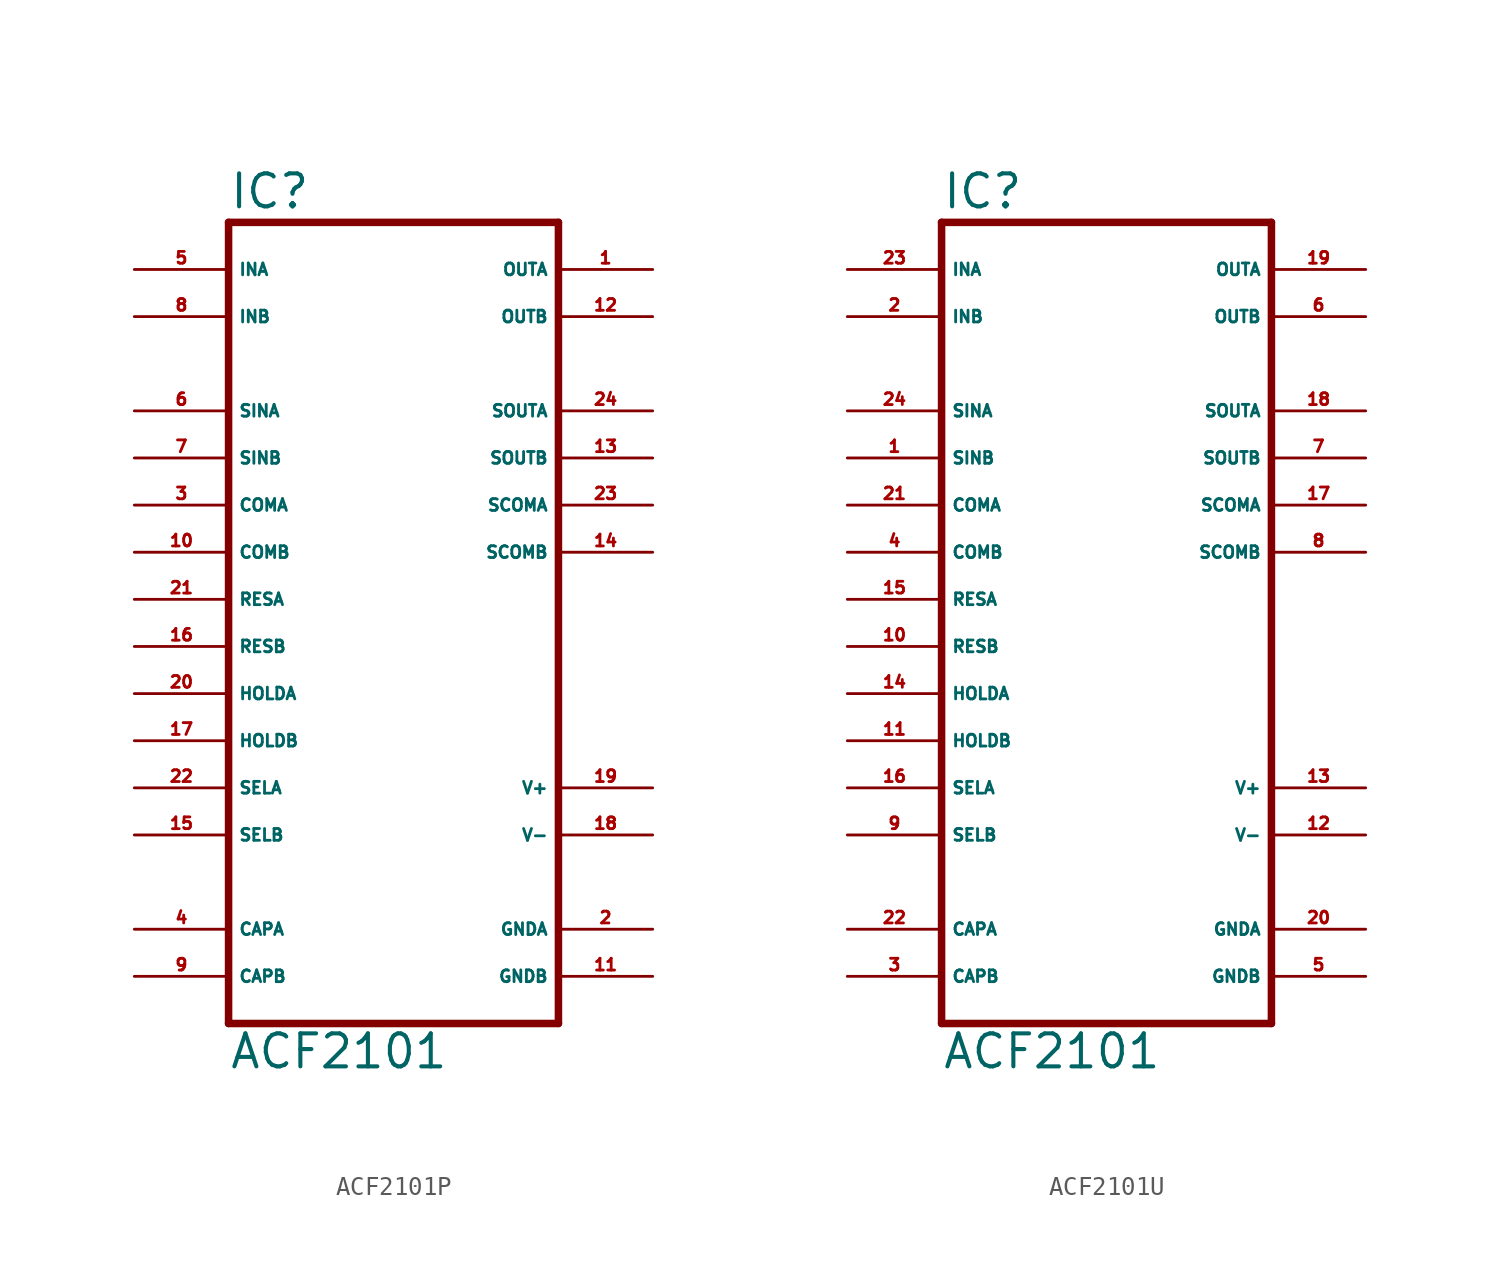
<source format=kicad_sym>
(kicad_symbol_lib
  (version 20220914)
  (generator Eagle2Kicad)
  (symbol "ACF2101P"
    (property "Reference" "IC"
      (at -10.16 23.495 0)
      (effects (font (size 1.778 1.778) (thickness 0.22)) (justify left bottom)))
    (property "Value" "ACF2101"
      (at -10.16 -22.86 0)
      (effects (font (size 1.778 1.778) (thickness 0.22)) (justify left bottom)))
    (polyline
      (pts (xy -10.16 -20.32) (xy 7.62 -20.32))
      (stroke (width 0.406) (type default))
      (fill (type none)))
    (polyline
      (pts (xy 7.62 -20.32) (xy 7.62 22.86))
      (stroke (width 0.406) (type default))
      (fill (type none)))
    (polyline
      (pts (xy 7.62 22.86) (xy -10.16 22.86))
      (stroke (width 0.406) (type default))
      (fill (type none)))
    (polyline
      (pts (xy -10.16 22.86) (xy -10.16 -20.32))
      (stroke (width 0.406) (type default))
      (fill (type none)))
    (pin input line
      (at -15.24 20.32 0)
      (length 5.08)
      (name "INA" (effects (font (size 0.635 0.635) (thickness 0.08)) (justify left bottom)))
      (number "5" (effects (font (size 0.635 0.635) (thickness 0.08)) (justify left bottom))))
    (pin input line
      (at -15.24 17.78 0)
      (length 5.08)
      (name "INB" (effects (font (size 0.635 0.635) (thickness 0.08)) (justify left bottom)))
      (number "8" (effects (font (size 0.635 0.635) (thickness 0.08)) (justify left bottom))))
    (pin output line
      (at 12.7 20.32 180)
      (length 5.08)
      (name "OUTA" (effects (font (size 0.635 0.635) (thickness 0.08)) (justify left bottom)))
      (number "1" (effects (font (size 0.635 0.635) (thickness 0.08)) (justify left bottom))))
    (pin output line
      (at 12.7 17.78 180)
      (length 5.08)
      (name "OUTB" (effects (font (size 0.635 0.635) (thickness 0.08)) (justify left bottom)))
      (number "12" (effects (font (size 0.635 0.635) (thickness 0.08)) (justify left bottom))))
    (pin input line
      (at -15.24 2.54 0)
      (length 5.08)
      (name "RESA" (effects (font (size 0.635 0.635) (thickness 0.08)) (justify left bottom)))
      (number "21" (effects (font (size 0.635 0.635) (thickness 0.08)) (justify left bottom))))
    (pin input line
      (at -15.24 0 0)
      (length 5.08)
      (name "RESB" (effects (font (size 0.635 0.635) (thickness 0.08)) (justify left bottom)))
      (number "16" (effects (font (size 0.635 0.635) (thickness 0.08)) (justify left bottom))))
    (pin input line
      (at -15.24 -2.54 0)
      (length 5.08)
      (name "HOLDA" (effects (font (size 0.635 0.635) (thickness 0.08)) (justify left bottom)))
      (number "20" (effects (font (size 0.635 0.635) (thickness 0.08)) (justify left bottom))))
    (pin input line
      (at -15.24 -5.08 0)
      (length 5.08)
      (name "HOLDB" (effects (font (size 0.635 0.635) (thickness 0.08)) (justify left bottom)))
      (number "17" (effects (font (size 0.635 0.635) (thickness 0.08)) (justify left bottom))))
    (pin input line
      (at -15.24 -7.62 0)
      (length 5.08)
      (name "SELA" (effects (font (size 0.635 0.635) (thickness 0.08)) (justify left bottom)))
      (number "22" (effects (font (size 0.635 0.635) (thickness 0.08)) (justify left bottom))))
    (pin input line
      (at -15.24 -10.16 0)
      (length 5.08)
      (name "SELB" (effects (font (size 0.635 0.635) (thickness 0.08)) (justify left bottom)))
      (number "15" (effects (font (size 0.635 0.635) (thickness 0.08)) (justify left bottom))))
    (pin unspecified line
      (at 12.7 -15.24 180)
      (length 5.08)
      (name "GNDA" (effects (font (size 0.635 0.635) (thickness 0.08)) (justify left bottom)))
      (number "2" (effects (font (size 0.635 0.635) (thickness 0.08)) (justify left bottom))))
    (pin unspecified line
      (at 12.7 -10.16 180)
      (length 5.08)
      (name "V-" (effects (font (size 0.635 0.635) (thickness 0.08)) (justify left bottom)))
      (number "18" (effects (font (size 0.635 0.635) (thickness 0.08)) (justify left bottom))))
    (pin unspecified line
      (at 12.7 -7.62 180)
      (length 5.08)
      (name "V+" (effects (font (size 0.635 0.635) (thickness 0.08)) (justify left bottom)))
      (number "19" (effects (font (size 0.635 0.635) (thickness 0.08)) (justify left bottom))))
    (pin input line
      (at -15.24 7.62 0)
      (length 5.08)
      (name "COMA" (effects (font (size 0.635 0.635) (thickness 0.08)) (justify left bottom)))
      (number "3" (effects (font (size 0.635 0.635) (thickness 0.08)) (justify left bottom))))
    (pin input line
      (at -15.24 5.08 0)
      (length 5.08)
      (name "COMB" (effects (font (size 0.635 0.635) (thickness 0.08)) (justify left bottom)))
      (number "10" (effects (font (size 0.635 0.635) (thickness 0.08)) (justify left bottom))))
    (pin output line
      (at 12.7 7.62 180)
      (length 5.08)
      (name "SCOMA" (effects (font (size 0.635 0.635) (thickness 0.08)) (justify left bottom)))
      (number "23" (effects (font (size 0.635 0.635) (thickness 0.08)) (justify left bottom))))
    (pin output line
      (at 12.7 5.08 180)
      (length 5.08)
      (name "SCOMB" (effects (font (size 0.635 0.635) (thickness 0.08)) (justify left bottom)))
      (number "14" (effects (font (size 0.635 0.635) (thickness 0.08)) (justify left bottom))))
    (pin passive line
      (at -15.24 -15.24 0)
      (length 5.08)
      (name "CAPA" (effects (font (size 0.635 0.635) (thickness 0.08)) (justify left bottom)))
      (number "4" (effects (font (size 0.635 0.635) (thickness 0.08)) (justify left bottom))))
    (pin passive line
      (at -15.24 -17.78 0)
      (length 5.08)
      (name "CAPB" (effects (font (size 0.635 0.635) (thickness 0.08)) (justify left bottom)))
      (number "9" (effects (font (size 0.635 0.635) (thickness 0.08)) (justify left bottom))))
    (pin input line
      (at -15.24 12.7 0)
      (length 5.08)
      (name "SINA" (effects (font (size 0.635 0.635) (thickness 0.08)) (justify left bottom)))
      (number "6" (effects (font (size 0.635 0.635) (thickness 0.08)) (justify left bottom))))
    (pin input line
      (at -15.24 10.16 0)
      (length 5.08)
      (name "SINB" (effects (font (size 0.635 0.635) (thickness 0.08)) (justify left bottom)))
      (number "7" (effects (font (size 0.635 0.635) (thickness 0.08)) (justify left bottom))))
    (pin output line
      (at 12.7 12.7 180)
      (length 5.08)
      (name "SOUTA" (effects (font (size 0.635 0.635) (thickness 0.08)) (justify left bottom)))
      (number "24" (effects (font (size 0.635 0.635) (thickness 0.08)) (justify left bottom))))
    (pin output line
      (at 12.7 10.16 180)
      (length 5.08)
      (name "SOUTB" (effects (font (size 0.635 0.635) (thickness 0.08)) (justify left bottom)))
      (number "13" (effects (font (size 0.635 0.635) (thickness 0.08)) (justify left bottom))))
    (pin unspecified line
      (at 12.7 -17.78 180)
      (length 5.08)
      (name "GNDB" (effects (font (size 0.635 0.635) (thickness 0.08)) (justify left bottom)))
      (number "11" (effects (font (size 0.635 0.635) (thickness 0.08)) (justify left bottom)))))
  (symbol "ACF2101U"
    (property "Reference" "IC"
      (at -10.16 23.495 0)
      (effects (font (size 1.778 1.778) (thickness 0.22)) (justify left bottom)))
    (property "Value" "ACF2101"
      (at -10.16 -22.86 0)
      (effects (font (size 1.778 1.778) (thickness 0.22)) (justify left bottom)))
    (polyline
      (pts (xy -10.16 -20.32) (xy 7.62 -20.32))
      (stroke (width 0.406) (type default))
      (fill (type none)))
    (polyline
      (pts (xy 7.62 -20.32) (xy 7.62 22.86))
      (stroke (width 0.406) (type default))
      (fill (type none)))
    (polyline
      (pts (xy 7.62 22.86) (xy -10.16 22.86))
      (stroke (width 0.406) (type default))
      (fill (type none)))
    (polyline
      (pts (xy -10.16 22.86) (xy -10.16 -20.32))
      (stroke (width 0.406) (type default))
      (fill (type none)))
    (pin input line
      (at -15.24 20.32 0)
      (length 5.08)
      (name "INA" (effects (font (size 0.635 0.635) (thickness 0.08)) (justify left bottom)))
      (number "23" (effects (font (size 0.635 0.635) (thickness 0.08)) (justify left bottom))))
    (pin input line
      (at -15.24 17.78 0)
      (length 5.08)
      (name "INB" (effects (font (size 0.635 0.635) (thickness 0.08)) (justify left bottom)))
      (number "2" (effects (font (size 0.635 0.635) (thickness 0.08)) (justify left bottom))))
    (pin output line
      (at 12.7 20.32 180)
      (length 5.08)
      (name "OUTA" (effects (font (size 0.635 0.635) (thickness 0.08)) (justify left bottom)))
      (number "19" (effects (font (size 0.635 0.635) (thickness 0.08)) (justify left bottom))))
    (pin output line
      (at 12.7 17.78 180)
      (length 5.08)
      (name "OUTB" (effects (font (size 0.635 0.635) (thickness 0.08)) (justify left bottom)))
      (number "6" (effects (font (size 0.635 0.635) (thickness 0.08)) (justify left bottom))))
    (pin input line
      (at -15.24 2.54 0)
      (length 5.08)
      (name "RESA" (effects (font (size 0.635 0.635) (thickness 0.08)) (justify left bottom)))
      (number "15" (effects (font (size 0.635 0.635) (thickness 0.08)) (justify left bottom))))
    (pin input line
      (at -15.24 0 0)
      (length 5.08)
      (name "RESB" (effects (font (size 0.635 0.635) (thickness 0.08)) (justify left bottom)))
      (number "10" (effects (font (size 0.635 0.635) (thickness 0.08)) (justify left bottom))))
    (pin input line
      (at -15.24 -2.54 0)
      (length 5.08)
      (name "HOLDA" (effects (font (size 0.635 0.635) (thickness 0.08)) (justify left bottom)))
      (number "14" (effects (font (size 0.635 0.635) (thickness 0.08)) (justify left bottom))))
    (pin input line
      (at -15.24 -5.08 0)
      (length 5.08)
      (name "HOLDB" (effects (font (size 0.635 0.635) (thickness 0.08)) (justify left bottom)))
      (number "11" (effects (font (size 0.635 0.635) (thickness 0.08)) (justify left bottom))))
    (pin input line
      (at -15.24 -7.62 0)
      (length 5.08)
      (name "SELA" (effects (font (size 0.635 0.635) (thickness 0.08)) (justify left bottom)))
      (number "16" (effects (font (size 0.635 0.635) (thickness 0.08)) (justify left bottom))))
    (pin input line
      (at -15.24 -10.16 0)
      (length 5.08)
      (name "SELB" (effects (font (size 0.635 0.635) (thickness 0.08)) (justify left bottom)))
      (number "9" (effects (font (size 0.635 0.635) (thickness 0.08)) (justify left bottom))))
    (pin unspecified line
      (at 12.7 -15.24 180)
      (length 5.08)
      (name "GNDA" (effects (font (size 0.635 0.635) (thickness 0.08)) (justify left bottom)))
      (number "20" (effects (font (size 0.635 0.635) (thickness 0.08)) (justify left bottom))))
    (pin unspecified line
      (at 12.7 -10.16 180)
      (length 5.08)
      (name "V-" (effects (font (size 0.635 0.635) (thickness 0.08)) (justify left bottom)))
      (number "12" (effects (font (size 0.635 0.635) (thickness 0.08)) (justify left bottom))))
    (pin unspecified line
      (at 12.7 -7.62 180)
      (length 5.08)
      (name "V+" (effects (font (size 0.635 0.635) (thickness 0.08)) (justify left bottom)))
      (number "13" (effects (font (size 0.635 0.635) (thickness 0.08)) (justify left bottom))))
    (pin input line
      (at -15.24 7.62 0)
      (length 5.08)
      (name "COMA" (effects (font (size 0.635 0.635) (thickness 0.08)) (justify left bottom)))
      (number "21" (effects (font (size 0.635 0.635) (thickness 0.08)) (justify left bottom))))
    (pin input line
      (at -15.24 5.08 0)
      (length 5.08)
      (name "COMB" (effects (font (size 0.635 0.635) (thickness 0.08)) (justify left bottom)))
      (number "4" (effects (font (size 0.635 0.635) (thickness 0.08)) (justify left bottom))))
    (pin output line
      (at 12.7 7.62 180)
      (length 5.08)
      (name "SCOMA" (effects (font (size 0.635 0.635) (thickness 0.08)) (justify left bottom)))
      (number "17" (effects (font (size 0.635 0.635) (thickness 0.08)) (justify left bottom))))
    (pin output line
      (at 12.7 5.08 180)
      (length 5.08)
      (name "SCOMB" (effects (font (size 0.635 0.635) (thickness 0.08)) (justify left bottom)))
      (number "8" (effects (font (size 0.635 0.635) (thickness 0.08)) (justify left bottom))))
    (pin passive line
      (at -15.24 -15.24 0)
      (length 5.08)
      (name "CAPA" (effects (font (size 0.635 0.635) (thickness 0.08)) (justify left bottom)))
      (number "22" (effects (font (size 0.635 0.635) (thickness 0.08)) (justify left bottom))))
    (pin passive line
      (at -15.24 -17.78 0)
      (length 5.08)
      (name "CAPB" (effects (font (size 0.635 0.635) (thickness 0.08)) (justify left bottom)))
      (number "3" (effects (font (size 0.635 0.635) (thickness 0.08)) (justify left bottom))))
    (pin input line
      (at -15.24 12.7 0)
      (length 5.08)
      (name "SINA" (effects (font (size 0.635 0.635) (thickness 0.08)) (justify left bottom)))
      (number "24" (effects (font (size 0.635 0.635) (thickness 0.08)) (justify left bottom))))
    (pin input line
      (at -15.24 10.16 0)
      (length 5.08)
      (name "SINB" (effects (font (size 0.635 0.635) (thickness 0.08)) (justify left bottom)))
      (number "1" (effects (font (size 0.635 0.635) (thickness 0.08)) (justify left bottom))))
    (pin output line
      (at 12.7 12.7 180)
      (length 5.08)
      (name "SOUTA" (effects (font (size 0.635 0.635) (thickness 0.08)) (justify left bottom)))
      (number "18" (effects (font (size 0.635 0.635) (thickness 0.08)) (justify left bottom))))
    (pin output line
      (at 12.7 10.16 180)
      (length 5.08)
      (name "SOUTB" (effects (font (size 0.635 0.635) (thickness 0.08)) (justify left bottom)))
      (number "7" (effects (font (size 0.635 0.635) (thickness 0.08)) (justify left bottom))))
    (pin unspecified line
      (at 12.7 -17.78 180)
      (length 5.08)
      (name "GNDB" (effects (font (size 0.635 0.635) (thickness 0.08)) (justify left bottom)))
      (number "5" (effects (font (size 0.635 0.635) (thickness 0.08)) (justify left bottom))))))
</source>
